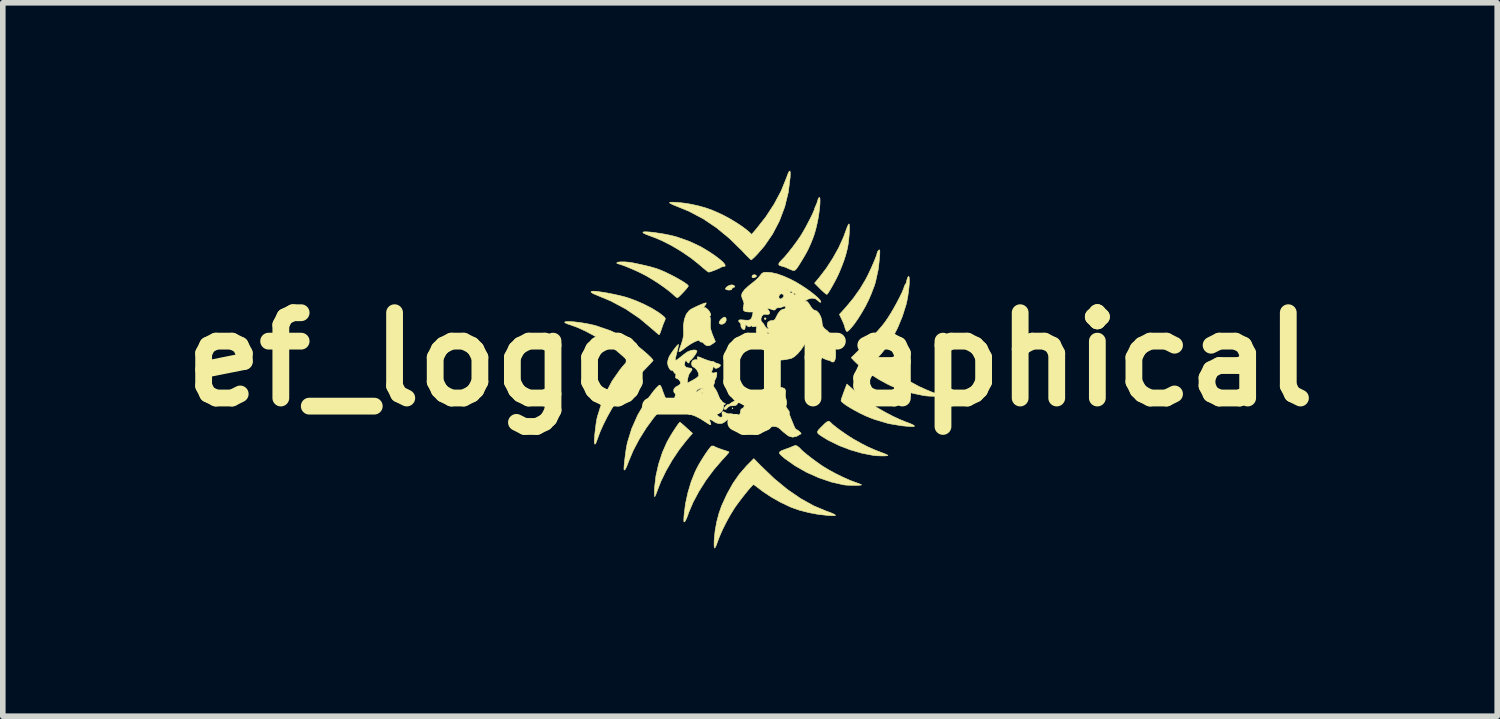
<source format=kicad_pcb>
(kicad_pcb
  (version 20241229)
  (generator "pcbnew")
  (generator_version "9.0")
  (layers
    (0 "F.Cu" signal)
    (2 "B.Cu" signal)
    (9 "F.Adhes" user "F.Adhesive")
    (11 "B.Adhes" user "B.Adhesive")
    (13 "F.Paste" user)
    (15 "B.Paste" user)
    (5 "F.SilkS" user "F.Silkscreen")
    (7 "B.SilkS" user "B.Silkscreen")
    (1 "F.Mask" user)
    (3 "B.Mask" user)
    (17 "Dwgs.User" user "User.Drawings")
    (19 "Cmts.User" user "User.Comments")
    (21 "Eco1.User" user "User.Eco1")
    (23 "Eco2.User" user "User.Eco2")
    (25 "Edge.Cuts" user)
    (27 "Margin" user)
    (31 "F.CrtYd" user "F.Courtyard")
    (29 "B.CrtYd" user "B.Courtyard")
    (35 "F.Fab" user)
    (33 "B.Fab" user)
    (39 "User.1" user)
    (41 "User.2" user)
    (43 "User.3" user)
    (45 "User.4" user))
  (footprint "ef_logo_graphical"
    (layer "F.Cu")
    (at 10.349 3.371)
    (property "Reference" "ef_logo_graphical" (at 0 0 0) (layer "F.SilkS") (effects (font (size 1.524 1.524) (thickness 0.3))))
    (attr exclude_from_pos_files exclude_from_bom)
    (fp_poly (pts (xy -0.305 0.872) (xy -0.313 0.881) (xy -0.322 0.872) (xy -0.313 0.864) (xy -0.305 0.872)) (stroke (width 0.01) (type solid)) (fill yes) (layer "F.SilkS"))
    (fp_poly (pts (xy 0.287 -0.732) (xy 0.288 -0.728) (xy 0.275 -0.712) (xy 0.271 -0.711) (xy 0.254 -0.724) (xy 0.254 -0.728) (xy 0.267 -0.745) (xy 0.271 -0.745) (xy 0.287 -0.732)) (stroke (width 0.01) (type solid)) (fill yes) (layer "F.SilkS"))
    (fp_poly (pts (xy 0.103 -1.506) (xy 0.118 -1.49) (xy 0.103 -1.474) (xy 0.102 -1.473) (xy 0.064 -1.458) (xy 0.039 -1.464) (xy 0.034 -1.48) (xy 0.047 -1.506) (xy 0.078 -1.514) (xy 0.103 -1.506)) (stroke (width 0.01) (type solid)) (fill yes) (layer "F.SilkS"))
    (fp_poly (pts (xy -0.447 -0.755) (xy -0.427 -0.732) (xy -0.426 -0.695) (xy -0.446 -0.658) (xy -0.45 -0.653) (xy -0.486 -0.631) (xy -0.524 -0.629) (xy -0.55 -0.646) (xy -0.552 -0.65) (xy -0.547 -0.677) (xy -0.523 -0.711) (xy -0.49 -0.74) (xy -0.458 -0.756) (xy -0.447 -0.755)) (stroke (width 0.01) (type solid)) (fill yes) (layer "F.SilkS"))
    (fp_poly (pts (xy -0.281 -1.316) (xy -0.271 -1.299) (xy -0.286 -1.288) (xy -0.296 -1.287) (xy -0.319 -1.274) (xy -0.322 -1.262) (xy -0.334 -1.244) (xy -0.373 -1.239) (xy -0.381 -1.239) (xy -0.42 -1.245) (xy -0.439 -1.258) (xy -0.44 -1.26) (xy -0.424 -1.289) (xy -0.388 -1.314) (xy -0.345 -1.33) (xy -0.312 -1.331) (xy -0.281 -1.316)) (stroke (width 0.01) (type solid)) (fill yes) (layer "F.SilkS"))
    (fp_poly (pts (xy -0.194 0.715) (xy -0.194 0.735) (xy -0.21 0.771) (xy -0.214 0.778) (xy -0.24 0.812) (xy -0.271 0.826) (xy -0.309 0.827) (xy -0.36 0.831) (xy -0.392 0.852) (xy -0.4 0.861) (xy -0.431 0.893) (xy -0.456 0.893) (xy -0.464 0.883) (xy -0.459 0.863) (xy -0.435 0.833) (xy -0.431 0.829) (xy -0.404 0.807) (xy -0.39 0.802) (xy -0.389 0.804) (xy -0.379 0.806) (xy -0.36 0.793) (xy -0.321 0.766) (xy -0.274 0.74) (xy -0.231 0.721) (xy -0.201 0.713) (xy -0.194 0.715)) (stroke (width 0.01) (type solid)) (fill yes) (layer "F.SilkS"))
    (fp_poly (pts (xy -1.251 1.122) (xy -1.235 1.135) (xy -1.2 1.164) (xy -1.153 1.206) (xy -1.135 1.223) (xy -1.028 1.32) (xy -1.134 1.443) (xy -1.266 1.612) (xy -1.39 1.798) (xy -1.501 1.991) (xy -1.594 2.182) (xy -1.648 2.321) (xy -1.67 2.381) (xy -1.689 2.427) (xy -1.701 2.451) (xy -1.702 2.452) (xy -1.706 2.441) (xy -1.708 2.403) (xy -1.708 2.344) (xy -1.705 2.286) (xy -1.681 2.081) (xy -1.633 1.869) (xy -1.565 1.661) (xy -1.486 1.482) (xy -1.454 1.424) (xy -1.416 1.358) (xy -1.374 1.29) (xy -1.332 1.226) (xy -1.296 1.173) (xy -1.268 1.136) (xy -1.252 1.122) (xy -1.251 1.122)) (stroke (width 0.01) (type solid)) (fill yes) (layer "F.SilkS"))
    (fp_poly (pts (xy 1.774 -2.406) (xy 1.777 -2.364) (xy 1.776 -2.302) (xy 1.771 -2.229) (xy 1.764 -2.149) (xy 1.755 -2.072) (xy 1.744 -2.003) (xy 1.735 -1.964) (xy 1.709 -1.864) (xy 1.679 -1.77) (xy 1.641 -1.669) (xy 1.603 -1.575) (xy 1.576 -1.514) (xy 1.541 -1.442) (xy 1.501 -1.367) (xy 1.461 -1.295) (xy 1.424 -1.232) (xy 1.394 -1.185) (xy 1.375 -1.162) (xy 1.374 -1.162) (xy 1.357 -1.169) (xy 1.323 -1.196) (xy 1.278 -1.237) (xy 1.257 -1.258) (xy 1.153 -1.363) (xy 1.238 -1.465) (xy 1.363 -1.628) (xy 1.48 -1.809) (xy 1.585 -1.997) (xy 1.67 -2.184) (xy 1.722 -2.326) (xy 1.741 -2.377) (xy 1.758 -2.411) (xy 1.768 -2.421) (xy 1.774 -2.406)) (stroke (width 0.01) (type solid)) (fill yes) (layer "F.SilkS"))
    (fp_poly (pts (xy -2.737 -1.215) (xy -2.652 -1.203) (xy -2.552 -1.187) (xy -2.446 -1.166) (xy -2.343 -1.144) (xy -2.251 -1.121) (xy -2.191 -1.104) (xy -2.038 -1.048) (xy -1.888 -0.982) (xy -1.749 -0.91) (xy -1.63 -0.836) (xy -1.56 -0.783) (xy -1.525 -0.752) (xy -1.513 -0.73) (xy -1.519 -0.704) (xy -1.528 -0.685) (xy -1.547 -0.641) (xy -1.569 -0.58) (xy -1.583 -0.538) (xy -1.601 -0.486) (xy -1.616 -0.451) (xy -1.624 -0.441) (xy -1.64 -0.452) (xy -1.675 -0.481) (xy -1.721 -0.522) (xy -1.736 -0.535) (xy -1.973 -0.734) (xy -2.223 -0.903) (xy -2.49 -1.045) (xy -2.722 -1.142) (xy -2.792 -1.171) (xy -2.833 -1.194) (xy -2.842 -1.21) (xy -2.82 -1.218) (xy -2.798 -1.219) (xy -2.737 -1.215)) (stroke (width 0.01) (type solid)) (fill yes) (layer "F.SilkS"))
    (fp_poly (pts (xy -1.597 0.472) (xy -1.579 0.508) (xy -1.575 0.521) (xy -1.548 0.598) (xy -1.517 0.675) (xy -1.488 0.734) (xy -1.483 0.753) (xy -1.492 0.776) (xy -1.517 0.81) (xy -1.562 0.86) (xy -1.579 0.878) (xy -1.72 1.04) (xy -1.855 1.225) (xy -1.979 1.423) (xy -2.086 1.625) (xy -2.169 1.822) (xy -2.177 1.843) (xy -2.203 1.911) (xy -2.226 1.957) (xy -2.242 1.977) (xy -2.251 1.969) (xy -2.252 1.955) (xy -2.249 1.894) (xy -2.24 1.81) (xy -2.229 1.716) (xy -2.216 1.622) (xy -2.202 1.54) (xy -2.192 1.49) (xy -2.114 1.237) (xy -2.005 0.991) (xy -1.868 0.759) (xy -1.719 0.56) (xy -1.676 0.512) (xy -1.64 0.476) (xy -1.617 0.459) (xy -1.614 0.458) (xy -1.597 0.472)) (stroke (width 0.01) (type solid)) (fill yes) (layer "F.SilkS"))
    (fp_poly (pts (xy 1.425 1.112) (xy 1.441 1.128) (xy 1.475 1.161) (xy 1.531 1.206) (xy 1.602 1.26) (xy 1.682 1.316) (xy 1.764 1.371) (xy 1.841 1.42) (xy 1.863 1.432) (xy 1.993 1.505) (xy 2.107 1.563) (xy 2.217 1.612) (xy 2.335 1.659) (xy 2.362 1.668) (xy 2.413 1.688) (xy 2.451 1.706) (xy 2.463 1.713) (xy 2.456 1.719) (xy 2.423 1.723) (xy 2.372 1.724) (xy 2.312 1.723) (xy 2.251 1.72) (xy 2.21 1.716) (xy 2.006 1.677) (xy 1.796 1.617) (xy 1.592 1.539) (xy 1.406 1.448) (xy 1.358 1.42) (xy 1.282 1.373) (xy 1.233 1.34) (xy 1.208 1.314) (xy 1.205 1.289) (xy 1.223 1.26) (xy 1.26 1.221) (xy 1.282 1.199) (xy 1.337 1.145) (xy 1.375 1.114) (xy 1.403 1.104) (xy 1.425 1.112)) (stroke (width 0.01) (type solid)) (fill yes) (layer "F.SilkS"))
    (fp_poly (pts (xy 1.832 0.529) (xy 1.887 0.577) (xy 1.939 0.623) (xy 1.976 0.656) (xy 1.979 0.658) (xy 2.059 0.723) (xy 2.163 0.795) (xy 2.285 0.87) (xy 2.415 0.944) (xy 2.547 1.013) (xy 2.673 1.072) (xy 2.785 1.118) (xy 2.811 1.127) (xy 2.866 1.148) (xy 2.911 1.169) (xy 2.929 1.18) (xy 2.938 1.191) (xy 2.931 1.198) (xy 2.905 1.2) (xy 2.857 1.198) (xy 2.781 1.192) (xy 2.709 1.185) (xy 2.475 1.146) (xy 2.231 1.074) (xy 2.151 1.044) (xy 2.062 1.007) (xy 1.97 0.963) (xy 1.879 0.915) (xy 1.795 0.867) (xy 1.722 0.822) (xy 1.667 0.782) (xy 1.633 0.751) (xy 1.626 0.735) (xy 1.631 0.711) (xy 1.647 0.663) (xy 1.669 0.602) (xy 1.678 0.577) (xy 1.73 0.44) (xy 1.832 0.529)) (stroke (width 0.01) (type solid)) (fill yes) (layer "F.SilkS"))
    (fp_poly (pts (xy -0.651 1.547) (xy -0.639 1.554) (xy -0.613 1.567) (xy -0.565 1.587) (xy -0.505 1.608) (xy -0.5 1.61) (xy -0.441 1.629) (xy -0.397 1.644) (xy -0.375 1.653) (xy -0.375 1.653) (xy -0.383 1.667) (xy -0.41 1.7) (xy -0.452 1.747) (xy -0.5 1.798) (xy -0.649 1.972) (xy -0.788 2.159) (xy -0.911 2.353) (xy -1.015 2.547) (xy -1.095 2.733) (xy -1.11 2.777) (xy -1.131 2.833) (xy -1.153 2.878) (xy -1.165 2.896) (xy -1.176 2.904) (xy -1.182 2.895) (xy -1.183 2.865) (xy -1.18 2.809) (xy -1.177 2.769) (xy -1.153 2.578) (xy -1.11 2.381) (xy -1.053 2.189) (xy -0.983 2.013) (xy -0.944 1.933) (xy -0.904 1.86) (xy -0.857 1.784) (xy -0.81 1.709) (xy -0.764 1.642) (xy -0.725 1.589) (xy -0.696 1.555) (xy -0.686 1.547) (xy -0.651 1.547)) (stroke (width 0.01) (type solid)) (fill yes) (layer "F.SilkS"))
    (fp_poly (pts (xy 0.841 1.546) (xy 0.879 1.575) (xy 0.922 1.619) (xy 0.96 1.654) (xy 1.018 1.702) (xy 1.091 1.759) (xy 1.169 1.817) (xy 1.247 1.873) (xy 1.302 1.91) (xy 1.408 1.974) (xy 1.531 2.041) (xy 1.66 2.104) (xy 1.783 2.159) (xy 1.884 2.197) (xy 1.938 2.216) (xy 1.978 2.233) (xy 1.993 2.241) (xy 1.982 2.245) (xy 1.946 2.248) (xy 1.893 2.25) (xy 1.831 2.249) (xy 1.768 2.248) (xy 1.712 2.245) (xy 1.676 2.241) (xy 1.455 2.191) (xy 1.231 2.115) (xy 1.011 2.017) (xy 0.805 1.9) (xy 0.62 1.769) (xy 0.579 1.734) (xy 0.539 1.697) (xy 0.523 1.67) (xy 0.533 1.649) (xy 0.57 1.627) (xy 0.638 1.602) (xy 0.643 1.6) (xy 0.703 1.579) (xy 0.755 1.557) (xy 0.778 1.547) (xy 0.809 1.537) (xy 0.841 1.546)) (stroke (width 0.01) (type solid)) (fill yes) (layer "F.SilkS"))
    (fp_poly (pts (xy -1.791 -2.276) (xy -1.712 -2.267) (xy -1.623 -2.254) (xy -1.53 -2.239) (xy -1.44 -2.221) (xy -1.359 -2.202) (xy -1.312 -2.189) (xy -1.084 -2.109) (xy -0.878 -2.012) (xy -0.72 -1.917) (xy -0.618 -1.847) (xy -0.538 -1.786) (xy -0.481 -1.735) (xy -0.449 -1.696) (xy -0.443 -1.67) (xy -0.465 -1.66) (xy -0.471 -1.659) (xy -0.503 -1.654) (xy -0.513 -1.649) (xy -0.535 -1.636) (xy -0.578 -1.616) (xy -0.631 -1.594) (xy -0.683 -1.575) (xy -0.722 -1.562) (xy -0.737 -1.559) (xy -0.756 -1.57) (xy -0.794 -1.599) (xy -0.845 -1.641) (xy -0.888 -1.679) (xy -1.043 -1.804) (xy -1.216 -1.923) (xy -1.397 -2.032) (xy -1.576 -2.123) (xy -1.71 -2.179) (xy -1.794 -2.21) (xy -1.852 -2.232) (xy -1.887 -2.248) (xy -1.906 -2.258) (xy -1.913 -2.267) (xy -1.913 -2.272) (xy -1.898 -2.279) (xy -1.855 -2.28) (xy -1.791 -2.276)) (stroke (width 0.01) (type solid)) (fill yes) (layer "F.SilkS"))
    (fp_poly (pts (xy -2.243 -1.743) (xy -2.171 -1.737) (xy -2.099 -1.726) (xy -2.097 -1.726) (xy -1.959 -1.697) (xy -1.849 -1.672) (xy -1.76 -1.649) (xy -1.685 -1.627) (xy -1.668 -1.622) (xy -1.596 -1.595) (xy -1.514 -1.559) (xy -1.427 -1.517) (xy -1.34 -1.472) (xy -1.26 -1.427) (xy -1.19 -1.385) (xy -1.138 -1.35) (xy -1.107 -1.323) (xy -1.102 -1.312) (xy -1.113 -1.293) (xy -1.141 -1.257) (xy -1.18 -1.213) (xy -1.222 -1.169) (xy -1.261 -1.13) (xy -1.289 -1.106) (xy -1.299 -1.101) (xy -1.318 -1.112) (xy -1.352 -1.14) (xy -1.38 -1.166) (xy -1.447 -1.223) (xy -1.536 -1.29) (xy -1.638 -1.361) (xy -1.746 -1.43) (xy -1.851 -1.492) (xy -1.923 -1.53) (xy -2.003 -1.569) (xy -2.09 -1.608) (xy -2.175 -1.644) (xy -2.253 -1.675) (xy -2.316 -1.697) (xy -2.358 -1.709) (xy -2.367 -1.71) (xy -2.381 -1.72) (xy -2.379 -1.727) (xy -2.356 -1.738) (xy -2.307 -1.743) (xy -2.243 -1.743)) (stroke (width 0.01) (type solid)) (fill yes) (layer "F.SilkS"))
    (fp_poly (pts (xy 2.317 -1.953) (xy 2.319 -1.929) (xy 2.318 -1.882) (xy 2.312 -1.812) (xy 2.305 -1.732) (xy 2.297 -1.658) (xy 2.289 -1.599) (xy 2.285 -1.583) (xy 2.263 -1.482) (xy 2.247 -1.409) (xy 2.234 -1.358) (xy 2.224 -1.325) (xy 2.22 -1.312) (xy 2.206 -1.279) (xy 2.186 -1.226) (xy 2.168 -1.177) (xy 2.121 -1.069) (xy 2.063 -0.952) (xy 1.996 -0.835) (xy 1.926 -0.723) (xy 1.857 -0.625) (xy 1.793 -0.548) (xy 1.764 -0.519) (xy 1.738 -0.499) (xy 1.724 -0.502) (xy 1.712 -0.522) (xy 1.697 -0.559) (xy 1.693 -0.579) (xy 1.686 -0.605) (xy 1.668 -0.651) (xy 1.645 -0.703) (xy 1.597 -0.804) (xy 1.712 -0.931) (xy 1.844 -1.09) (xy 1.966 -1.262) (xy 2.062 -1.422) (xy 2.099 -1.492) (xy 2.137 -1.572) (xy 2.176 -1.656) (xy 2.211 -1.737) (xy 2.24 -1.808) (xy 2.261 -1.863) (xy 2.269 -1.895) (xy 2.269 -1.897) (xy 2.281 -1.931) (xy 2.297 -1.949) (xy 2.31 -1.958) (xy 2.317 -1.953)) (stroke (width 0.01) (type solid)) (fill yes) (layer "F.SilkS"))
    (fp_poly (pts (xy 1.248 -2.88) (xy 1.251 -2.837) (xy 1.249 -2.774) (xy 1.242 -2.696) (xy 1.231 -2.61) (xy 1.217 -2.522) (xy 1.202 -2.444) (xy 1.177 -2.338) (xy 1.152 -2.248) (xy 1.122 -2.162) (xy 1.084 -2.068) (xy 1.045 -1.981) (xy 1.022 -1.935) (xy 0.988 -1.873) (xy 0.948 -1.805) (xy 0.906 -1.736) (xy 0.868 -1.675) (xy 0.836 -1.628) (xy 0.817 -1.605) (xy 0.794 -1.589) (xy 0.768 -1.589) (xy 0.728 -1.604) (xy 0.682 -1.624) (xy 0.646 -1.641) (xy 0.643 -1.642) (xy 0.608 -1.655) (xy 0.562 -1.667) (xy 0.523 -1.681) (xy 0.511 -1.703) (xy 0.528 -1.735) (xy 0.569 -1.779) (xy 0.621 -1.833) (xy 0.684 -1.909) (xy 0.754 -1.997) (xy 0.824 -2.091) (xy 0.888 -2.182) (xy 0.917 -2.227) (xy 0.949 -2.281) (xy 0.988 -2.349) (xy 1.028 -2.425) (xy 1.068 -2.502) (xy 1.104 -2.573) (xy 1.131 -2.633) (xy 1.148 -2.673) (xy 1.152 -2.687) (xy 1.159 -2.711) (xy 1.175 -2.746) (xy 1.197 -2.798) (xy 1.21 -2.844) (xy 1.223 -2.88) (xy 1.239 -2.896) (xy 1.24 -2.896) (xy 1.248 -2.88)) (stroke (width 0.01) (type solid)) (fill yes) (layer "F.SilkS"))
    (fp_poly (pts (xy 0.719 -3.338) (xy 0.718 -3.277) (xy 0.717 -3.255) (xy 0.684 -2.987) (xy 0.62 -2.727) (xy 0.526 -2.477) (xy 0.404 -2.242) (xy 0.255 -2.025) (xy 0.125 -1.875) (xy 0.081 -1.83) (xy 0.044 -1.796) (xy 0.023 -1.78) (xy 0.021 -1.779) (xy 0.005 -1.791) (xy -0.029 -1.824) (xy -0.076 -1.871) (xy -0.131 -1.929) (xy -0.135 -1.934) (xy -0.362 -2.157) (xy -0.594 -2.349) (xy -0.834 -2.511) (xy -1.087 -2.645) (xy -1.308 -2.736) (xy -1.368 -2.76) (xy -1.414 -2.782) (xy -1.438 -2.797) (xy -1.439 -2.8) (xy -1.424 -2.807) (xy -1.382 -2.809) (xy -1.319 -2.806) (xy -1.244 -2.8) (xy -1.162 -2.79) (xy -1.081 -2.777) (xy -1.033 -2.768) (xy -0.901 -2.738) (xy -0.787 -2.705) (xy -0.679 -2.667) (xy -0.564 -2.617) (xy -0.474 -2.574) (xy -0.372 -2.52) (xy -0.265 -2.456) (xy -0.162 -2.389) (xy -0.073 -2.324) (xy -0.015 -2.275) (xy 0.029 -2.234) (xy 0.112 -2.33) (xy 0.282 -2.546) (xy 0.431 -2.775) (xy 0.556 -3.009) (xy 0.651 -3.243) (xy 0.654 -3.251) (xy 0.68 -3.323) (xy 0.7 -3.361) (xy 0.713 -3.366) (xy 0.719 -3.338)) (stroke (width 0.01) (type solid)) (fill yes) (layer "F.SilkS"))
    (fp_poly (pts (xy 0.19 1.898) (xy 0.429 2.127) (xy 0.667 2.323) (xy 0.903 2.485) (xy 1.138 2.616) (xy 1.373 2.714) (xy 1.389 2.719) (xy 1.446 2.74) (xy 1.495 2.762) (xy 1.516 2.774) (xy 1.527 2.784) (xy 1.522 2.79) (xy 1.495 2.792) (xy 1.443 2.79) (xy 1.38 2.786) (xy 1.217 2.768) (xy 1.048 2.736) (xy 0.884 2.694) (xy 0.739 2.643) (xy 0.711 2.631) (xy 0.541 2.55) (xy 0.379 2.458) (xy 0.235 2.363) (xy 0.177 2.319) (xy 0.126 2.28) (xy 0.086 2.25) (xy 0.064 2.236) (xy 0.062 2.235) (xy 0.045 2.248) (xy 0.012 2.283) (xy -0.033 2.335) (xy -0.086 2.4) (xy -0.142 2.471) (xy -0.197 2.544) (xy -0.248 2.613) (xy -0.281 2.661) (xy -0.352 2.776) (xy -0.424 2.906) (xy -0.491 3.04) (xy -0.547 3.168) (xy -0.586 3.272) (xy -0.605 3.324) (xy -0.623 3.359) (xy -0.633 3.37) (xy -0.639 3.354) (xy -0.642 3.311) (xy -0.641 3.248) (xy -0.639 3.205) (xy -0.623 3.055) (xy -0.594 2.898) (xy -0.554 2.747) (xy -0.508 2.616) (xy -0.508 2.616) (xy -0.409 2.401) (xy -0.305 2.215) (xy -0.193 2.053) (xy -0.07 1.911) (xy -0.059 1.899) (xy 0.067 1.772) (xy 0.19 1.898)) (stroke (width 0.01) (type solid)) (fill yes) (layer "F.SilkS"))
    (fp_poly (pts (xy -0.784 -1.009) (xy -0.786 -0.991) (xy -0.804 -0.965) (xy -0.823 -0.937) (xy -0.824 -0.92) (xy -0.813 -0.918) (xy -0.813 -0.921) (xy -0.803 -0.928) (xy -0.78 -0.915) (xy -0.752 -0.89) (xy -0.726 -0.857) (xy -0.718 -0.844) (xy -0.702 -0.804) (xy -0.706 -0.783) (xy -0.711 -0.779) (xy -0.721 -0.762) (xy -0.716 -0.756) (xy -0.708 -0.735) (xy -0.706 -0.692) (xy -0.708 -0.651) (xy -0.709 -0.59) (xy -0.701 -0.534) (xy -0.68 -0.468) (xy -0.668 -0.437) (xy -0.619 -0.318) (xy -0.659 -0.286) (xy -0.72 -0.248) (xy -0.77 -0.243) (xy -0.811 -0.269) (xy -0.816 -0.276) (xy -0.847 -0.306) (xy -0.873 -0.311) (xy -0.894 -0.314) (xy -0.897 -0.328) (xy -0.91 -0.34) (xy -0.944 -0.334) (xy -0.995 -0.313) (xy -1.056 -0.279) (xy -1.122 -0.235) (xy -1.154 -0.211) (xy -1.211 -0.167) (xy -1.246 -0.144) (xy -1.264 -0.137) (xy -1.27 -0.145) (xy -1.27 -0.148) (xy -1.264 -0.169) (xy -1.249 -0.213) (xy -1.229 -0.271) (xy -1.226 -0.279) (xy -1.203 -0.352) (xy -1.19 -0.417) (xy -1.187 -0.457) (xy -1.191 -0.596) (xy -1.174 -0.714) (xy -1.139 -0.807) (xy -1.085 -0.875) (xy -1.049 -0.9) (xy -0.98 -0.935) (xy -0.912 -0.966) (xy -0.852 -0.991) (xy -0.807 -1.007) (xy -0.785 -1.01) (xy -0.784 -1.009)) (stroke (width 0.01) (type solid)) (fill yes) (layer "F.SilkS"))
    (fp_poly (pts (xy 2.844 -1.458) (xy 2.846 -1.414) (xy 2.845 -1.354) (xy 2.839 -1.283) (xy 2.83 -1.204) (xy 2.818 -1.123) (xy 2.803 -1.043) (xy 2.789 -0.982) (xy 2.722 -0.77) (xy 2.638 -0.566) (xy 2.54 -0.377) (xy 2.431 -0.21) (xy 2.343 -0.101) (xy 2.278 -0.03) (xy 2.37 0.055) (xy 2.56 0.21) (xy 2.778 0.354) (xy 3.018 0.483) (xy 3.142 0.539) (xy 3.22 0.572) (xy 3.288 0.599) (xy 3.338 0.618) (xy 3.365 0.626) (xy 3.367 0.627) (xy 3.386 0.638) (xy 3.387 0.643) (xy 3.371 0.652) (xy 3.331 0.657) (xy 3.273 0.658) (xy 3.207 0.656) (xy 3.141 0.651) (xy 3.09 0.643) (xy 2.921 0.608) (xy 2.776 0.569) (xy 2.643 0.524) (xy 2.514 0.47) (xy 2.451 0.439) (xy 2.309 0.362) (xy 2.168 0.273) (xy 2.037 0.179) (xy 1.923 0.085) (xy 1.856 0.02) (xy 1.808 -0.031) (xy 2.078 -0.299) (xy 2.188 -0.41) (xy 2.276 -0.504) (xy 2.348 -0.586) (xy 2.408 -0.662) (xy 2.46 -0.737) (xy 2.513 -0.821) (xy 2.569 -0.916) (xy 2.623 -1.014) (xy 2.672 -1.108) (xy 2.713 -1.191) (xy 2.741 -1.258) (xy 2.752 -1.291) (xy 2.766 -1.329) (xy 2.779 -1.347) (xy 2.793 -1.371) (xy 2.794 -1.38) (xy 2.8 -1.412) (xy 2.812 -1.451) (xy 2.827 -1.481) (xy 2.838 -1.482) (xy 2.844 -1.458)) (stroke (width 0.01) (type solid)) (fill yes) (layer "F.SilkS"))
    (fp_poly (pts (xy -3.212 -0.676) (xy -3.139 -0.671) (xy -3.053 -0.661) (xy -2.962 -0.647) (xy -2.87 -0.63) (xy -2.782 -0.61) (xy -2.75 -0.601) (xy -2.491 -0.512) (xy -2.244 -0.392) (xy -2.071 -0.284) (xy -2.007 -0.238) (xy -1.94 -0.185) (xy -1.875 -0.13) (xy -1.816 -0.078) (xy -1.769 -0.032) (xy -1.739 0.002) (xy -1.731 0.019) (xy -1.744 0.034) (xy -1.777 0.07) (xy -1.827 0.123) (xy -1.891 0.19) (xy -1.964 0.266) (xy -2.007 0.309) (xy -2.132 0.439) (xy -2.234 0.553) (xy -2.317 0.653) (xy -2.383 0.743) (xy -2.39 0.754) (xy -2.471 0.882) (xy -2.549 1.021) (xy -2.619 1.16) (xy -2.677 1.289) (xy -2.708 1.371) (xy -2.735 1.446) (xy -2.753 1.492) (xy -2.766 1.513) (xy -2.775 1.511) (xy -2.78 1.496) (xy -2.782 1.465) (xy -2.779 1.409) (xy -2.773 1.336) (xy -2.764 1.256) (xy -2.754 1.175) (xy -2.744 1.103) (xy -2.733 1.047) (xy -2.728 1.028) (xy -2.715 0.984) (xy -2.695 0.921) (xy -2.675 0.855) (xy -2.584 0.613) (xy -2.464 0.385) (xy -2.318 0.177) (xy -2.275 0.125) (xy -2.186 0.022) (xy -2.266 -0.054) (xy -2.374 -0.148) (xy -2.504 -0.245) (xy -2.647 -0.34) (xy -2.797 -0.43) (xy -2.945 -0.509) (xy -3.084 -0.572) (xy -3.208 -0.617) (xy -3.211 -0.618) (xy -3.263 -0.635) (xy -3.3 -0.652) (xy -3.311 -0.661) (xy -3.304 -0.672) (xy -3.269 -0.677) (xy -3.212 -0.676)) (stroke (width 0.01) (type solid)) (fill yes) (layer "F.SilkS"))
    (fp_poly (pts (xy 0.382 -1.551) (xy 0.484 -1.528) (xy 0.598 -1.488) (xy 0.725 -1.431) (xy 0.811 -1.386) (xy 0.9 -1.333) (xy 0.988 -1.276) (xy 1.071 -1.218) (xy 1.144 -1.161) (xy 1.203 -1.11) (xy 1.245 -1.067) (xy 1.265 -1.035) (xy 1.263 -1.02) (xy 1.245 -1.023) (xy 1.219 -1.046) (xy 1.168 -1.084) (xy 1.104 -1.095) (xy 1.037 -1.077) (xy 1.035 -1.076) (xy 1 -1.056) (xy 0.982 -1.041) (xy 0.987 -1.037) (xy 1.003 -1.042) (xy 1.023 -1.033) (xy 1.051 -0.999) (xy 1.072 -0.965) (xy 1.107 -0.913) (xy 1.137 -0.884) (xy 1.149 -0.881) (xy 1.192 -0.865) (xy 1.231 -0.824) (xy 1.263 -0.765) (xy 1.283 -0.696) (xy 1.287 -0.651) (xy 1.296 -0.599) (xy 1.327 -0.554) (xy 1.385 -0.509) (xy 1.387 -0.507) (xy 1.42 -0.469) (xy 1.432 -0.433) (xy 1.446 -0.384) (xy 1.471 -0.338) (xy 1.498 -0.287) (xy 1.517 -0.221) (xy 1.528 -0.149) (xy 1.531 -0.078) (xy 1.525 -0.017) (xy 1.51 0.028) (xy 1.487 0.047) (xy 1.457 0.043) (xy 1.448 0.035) (xy 1.424 0.019) (xy 1.409 0.017) (xy 1.376 0.009) (xy 1.329 -0.01) (xy 1.279 -0.035) (xy 1.235 -0.062) (xy 1.207 -0.084) (xy 1.202 -0.093) (xy 1.191 -0.119) (xy 1.168 -0.144) (xy 1.143 -0.173) (xy 1.134 -0.193) (xy 1.123 -0.216) (xy 1.096 -0.253) (xy 1.075 -0.277) (xy 1.018 -0.343) (xy 0.97 -0.261) (xy 0.915 -0.178) (xy 0.855 -0.106) (xy 0.796 -0.052) (xy 0.744 -0.021) (xy 0.739 -0.019) (xy 0.69 -0.008) (xy 0.627 0.004) (xy 0.597 0.008) (xy 0.543 0.012) (xy 0.509 0.008) (xy 0.482 -0.011) (xy 0.458 -0.035) (xy 0.422 -0.087) (xy 0.4 -0.147) (xy 0.391 -0.226) (xy 0.392 -0.293) (xy 0.39 -0.359) (xy 0.376 -0.407) (xy 0.355 -0.441) (xy 0.329 -0.475) (xy 0.313 -0.484) (xy 0.298 -0.471) (xy 0.293 -0.465) (xy 0.262 -0.442) (xy 0.209 -0.438) (xy 0.208 -0.438) (xy 0.148 -0.448) (xy 0.116 -0.471) (xy 0.109 -0.512) (xy 0.112 -0.538) (xy 0.118 -0.577) (xy 0.111 -0.591) (xy 0.086 -0.588) (xy 0.079 -0.586) (xy 0.043 -0.583) (xy 0.034 -0.594) (xy 0.026 -0.604) (xy 0.008 -0.592) (xy -0.016 -0.581) (xy -0.043 -0.594) (xy -0.051 -0.601) (xy -0.075 -0.621) (xy -0.084 -0.614) (xy -0.085 -0.588) (xy -0.09 -0.551) (xy -0.1 -0.534) (xy -0.124 -0.536) (xy -0.148 -0.559) (xy -0.163 -0.591) (xy -0.163 -0.613) (xy -0.167 -0.644) (xy -0.179 -0.655) (xy -0.201 -0.677) (xy -0.203 -0.689) (xy -0.197 -0.703) (xy -0.176 -0.708) (xy -0.13 -0.706) (xy -0.105 -0.703) (xy -0.038 -0.699) (xy 0.003 -0.709) (xy 0.025 -0.733) (xy 0.196 -0.733) (xy 0.197 -0.692) (xy 0.219 -0.661) (xy 0.244 -0.633) (xy 0.254 -0.615) (xy 0.266 -0.592) (xy 0.292 -0.563) (xy 0.32 -0.544) (xy 0.328 -0.542) (xy 0.334 -0.55) (xy 0.325 -0.562) (xy 0.308 -0.595) (xy 0.305 -0.618) (xy 0.318 -0.664) (xy 0.358 -0.69) (xy 0.394 -0.694) (xy 0.428 -0.7) (xy 0.452 -0.724) (xy 0.468 -0.758) (xy 0.502 -0.822) (xy 0.541 -0.87) (xy 0.58 -0.895) (xy 0.593 -0.897) (xy 0.628 -0.906) (xy 0.635 -0.932) (xy 0.633 -0.94) (xy 0.621 -0.953) (xy 0.596 -0.947) (xy 0.579 -0.938) (xy 0.537 -0.924) (xy 0.505 -0.924) (xy 0.474 -0.918) (xy 0.46 -0.903) (xy 0.444 -0.884) (xy 0.421 -0.882) (xy 0.385 -0.894) (xy 0.335 -0.91) (xy 0.313 -0.912) (xy 0.316 -0.898) (xy 0.33 -0.881) (xy 0.352 -0.842) (xy 0.345 -0.813) (xy 0.314 -0.801) (xy 0.291 -0.804) (xy 0.246 -0.804) (xy 0.216 -0.78) (xy 0.196 -0.733) (xy 0.025 -0.733) (xy 0.028 -0.737) (xy 0.043 -0.789) (xy 0.044 -0.793) (xy 0.055 -0.847) (xy -0.022 -0.847) (xy -0.085 -0.854) (xy -0.118 -0.878) (xy -0.123 -0.919) (xy -0.115 -0.952) (xy -0.107 -0.999) (xy -0.122 -1.05) (xy -0.125 -1.057) (xy -0.144 -1.105) (xy -0.148 -1.124) (xy 0.514 -1.124) (xy 0.52 -1.09) (xy 0.544 -1.079) (xy 0.577 -1.095) (xy 0.583 -1.1) (xy 0.604 -1.128) (xy 0.6 -1.151) (xy 0.594 -1.159) (xy 0.575 -1.168) (xy 0.779 -1.168) (xy 0.792 -1.152) (xy 0.796 -1.151) (xy 0.812 -1.164) (xy 0.813 -1.168) (xy 0.8 -1.185) (xy 0.796 -1.185) (xy 0.779 -1.172) (xy 0.779 -1.168) (xy 0.575 -1.168) (xy 0.564 -1.174) (xy 0.534 -1.163) (xy 0.516 -1.13) (xy 0.514 -1.124) (xy -0.148 -1.124) (xy -0.152 -1.145) (xy -0.152 -1.148) (xy -0.138 -1.193) (xy -0.13 -1.202) (xy 0.711 -1.202) (xy 0.725 -1.187) (xy 0.738 -1.185) (xy 0.755 -1.194) (xy 0.754 -1.202) (xy 0.732 -1.219) (xy 0.727 -1.219) (xy 0.712 -1.206) (xy 0.711 -1.202) (xy -0.13 -1.202) (xy -0.098 -1.245) (xy 0.66 -1.245) (xy 0.669 -1.236) (xy 0.677 -1.245) (xy 0.669 -1.253) (xy 0.66 -1.245) (xy -0.098 -1.245) (xy -0.095 -1.248) (xy -0.028 -1.311) (xy 0.039 -1.364) (xy 0.096 -1.41) (xy 0.148 -1.459) (xy 0.18 -1.498) (xy 0.212 -1.537) (xy 0.245 -1.554) (xy 0.286 -1.558) (xy 0.382 -1.551)) (stroke (width 0.01) (type solid)) (fill yes) (layer "F.SilkS"))
    (fp_poly (pts (xy -1.278 -0.267) (xy -1.279 -0.249) (xy -1.287 -0.207) (xy -1.301 -0.149) (xy -1.304 -0.135) (xy -1.32 -0.073) (xy -1.332 -0.024) (xy -1.337 0.002) (xy -1.337 0.004) (xy -1.329 0.017) (xy -1.301 0.004) (xy -1.252 -0.033) (xy -1.234 -0.048) (xy -1.182 -0.09) (xy -1.131 -0.127) (xy -1.106 -0.141) (xy -1.056 -0.16) (xy -1.006 -0.169) (xy -0.967 -0.166) (xy -0.949 -0.151) (xy -0.948 -0.147) (xy -0.958 -0.121) (xy -0.981 -0.082) (xy -1.012 -0.04) (xy -1.042 -0.004) (xy -1.064 0.016) (xy -1.068 0.017) (xy -1.082 0.031) (xy -1.084 0.042) (xy -1.091 0.066) (xy -1.11 0.058) (xy -1.127 0.038) (xy -1.144 0.02) (xy -1.156 0.029) (xy -1.165 0.051) (xy -1.171 0.101) (xy -1.148 0.136) (xy -1.099 0.152) (xy -1.088 0.152) (xy -1.046 0.159) (xy -1.035 0.179) (xy -1.054 0.214) (xy -1.069 0.231) (xy -1.096 0.277) (xy -1.113 0.341) (xy -1.113 0.347) (xy -1.122 0.425) (xy -1.019 0.369) (xy -0.955 0.33) (xy -0.92 0.298) (xy -0.915 0.283) (xy -0.925 0.235) (xy -0.951 0.187) (xy -0.984 0.152) (xy -0.999 0.144) (xy -1.033 0.12) (xy -1.046 0.083) (xy -1.04 0.045) (xy -1.018 0.015) (xy -0.981 0.004) (xy -0.97 0.005) (xy -0.942 0.006) (xy -0.938 -0.011) (xy -0.941 -0.019) (xy -0.944 -0.041) (xy -0.934 -0.048) (xy -0.905 -0.042) (xy -0.853 -0.021) (xy -0.823 -0.008) (xy -0.765 0.014) (xy -0.713 0.03) (xy -0.686 0.034) (xy -0.651 0.039) (xy -0.636 0.049) (xy -0.615 0.062) (xy -0.576 0.074) (xy -0.536 0.09) (xy -0.528 0.113) (xy -0.553 0.138) (xy -0.572 0.149) (xy -0.607 0.161) (xy -0.628 0.154) (xy -0.639 0.141) (xy -0.655 0.122) (xy -0.66 0.133) (xy -0.66 0.146) (xy -0.67 0.185) (xy -0.681 0.201) (xy -0.69 0.223) (xy -0.675 0.239) (xy -0.646 0.243) (xy -0.623 0.235) (xy -0.601 0.229) (xy -0.593 0.245) (xy -0.593 0.267) (xy -0.602 0.316) (xy -0.617 0.35) (xy -0.633 0.379) (xy -0.633 0.394) (xy -0.633 0.414) (xy -0.644 0.44) (xy -0.654 0.472) (xy -0.641 0.501) (xy -0.63 0.514) (xy -0.605 0.551) (xy -0.579 0.606) (xy -0.568 0.635) (xy -0.535 0.712) (xy -0.5 0.761) (xy -0.465 0.779) (xy -0.463 0.779) (xy -0.442 0.789) (xy -0.44 0.796) (xy -0.455 0.809) (xy -0.483 0.813) (xy -0.514 0.807) (xy -0.525 0.796) (xy -0.534 0.779) (xy -0.556 0.783) (xy -0.58 0.805) (xy -0.59 0.822) (xy -0.607 0.884) (xy -0.604 0.944) (xy -0.585 0.994) (xy -0.551 1.026) (xy -0.523 1.033) (xy -0.5 1.028) (xy -0.495 1.007) (xy -0.5 0.982) (xy -0.501 0.943) (xy -0.482 0.931) (xy -0.445 0.946) (xy -0.431 0.956) (xy -0.387 0.972) (xy -0.358 0.97) (xy -0.309 0.975) (xy -0.271 0.996) (xy -0.238 1.018) (xy -0.218 1.021) (xy -0.199 1.004) (xy -0.197 1.001) (xy -0.175 0.961) (xy -0.169 0.926) (xy -0.162 0.891) (xy -0.146 0.881) (xy -0.124 0.867) (xy -0.1 0.832) (xy -0.095 0.823) (xy -0.061 0.776) (xy -0.018 0.746) (xy 0.028 0.719) (xy 0.062 0.691) (xy 0.123 0.64) (xy 0.209 0.592) (xy 0.311 0.55) (xy 0.42 0.518) (xy 0.51 0.502) (xy 0.578 0.503) (xy 0.621 0.525) (xy 0.638 0.566) (xy 0.634 0.601) (xy 0.631 0.647) (xy 0.641 0.703) (xy 0.644 0.714) (xy 0.657 0.769) (xy 0.652 0.805) (xy 0.649 0.811) (xy 0.641 0.837) (xy 0.656 0.868) (xy 0.671 0.887) (xy 0.695 0.921) (xy 0.704 0.945) (xy 0.703 0.948) (xy 0.7 0.961) (xy 0.705 0.984) (xy 0.719 1.025) (xy 0.745 1.09) (xy 0.746 1.092) (xy 0.762 1.13) (xy 0.782 1.18) (xy 0.786 1.19) (xy 0.806 1.23) (xy 0.824 1.252) (xy 0.829 1.253) (xy 0.849 1.262) (xy 0.877 1.284) (xy 0.902 1.308) (xy 0.913 1.326) (xy 0.912 1.328) (xy 0.832 1.374) (xy 0.761 1.389) (xy 0.695 1.371) (xy 0.677 1.36) (xy 0.64 1.332) (xy 0.592 1.293) (xy 0.563 1.267) (xy 0.533 1.239) (xy 0.508 1.22) (xy 0.483 1.207) (xy 0.451 1.2) (xy 0.405 1.196) (xy 0.337 1.195) (xy 0.262 1.194) (xy 0.144 1.188) (xy 0.053 1.175) (xy -0.018 1.151) (xy -0.075 1.116) (xy -0.095 1.099) (xy -0.126 1.076) (xy -0.151 1.077) (xy -0.167 1.086) (xy -0.195 1.098) (xy -0.221 1.089) (xy -0.242 1.07) (xy -0.276 1.044) (xy -0.303 1.033) (xy -0.303 1.033) (xy -0.337 1.043) (xy -0.384 1.067) (xy -0.433 1.099) (xy -0.462 1.124) (xy -0.505 1.144) (xy -0.561 1.146) (xy -0.616 1.129) (xy -0.641 1.112) (xy -0.68 1.087) (xy -0.7 1.078) (xy -0.723 1.074) (xy -0.721 1.093) (xy -0.72 1.096) (xy -0.702 1.143) (xy -0.7 1.166) (xy -0.717 1.166) (xy -0.756 1.143) (xy -0.791 1.12) (xy -0.887 1.059) (xy -0.974 1.014) (xy -1.046 0.988) (xy -1.084 0.983) (xy -1.125 0.968) (xy -1.184 0.925) (xy -1.224 0.889) (xy -1.29 0.821) (xy -1.33 0.765) (xy -1.347 0.716) (xy -1.343 0.669) (xy -1.339 0.658) (xy -1.332 0.624) (xy -1.337 0.61) (xy -1.337 0.61) (xy -1.347 0.601) (xy -0.864 0.601) (xy -0.855 0.61) (xy -0.847 0.601) (xy -0.855 0.593) (xy -0.864 0.601) (xy -1.347 0.601) (xy -1.354 0.596) (xy -1.361 0.58) (xy -0.965 0.58) (xy -0.955 0.583) (xy -0.93 0.566) (xy -0.927 0.563) (xy -0.888 0.535) (xy -0.855 0.52) (xy -0.831 0.514) (xy -0.84 0.511) (xy -0.856 0.51) (xy -0.894 0.518) (xy -0.933 0.539) (xy -0.96 0.566) (xy -0.965 0.58) (xy -1.361 0.58) (xy -1.363 0.575) (xy -1.361 0.531) (xy -1.33 0.493) (xy -1.291 0.473) (xy -1.257 0.451) (xy -1.242 0.431) (xy -1.245 0.4) (xy -1.268 0.366) (xy -1.299 0.342) (xy -1.315 0.339) (xy -1.331 0.327) (xy -1.328 0.296) (xy -1.325 0.264) (xy -1.335 0.254) (xy -1.354 0.24) (xy -1.363 0.221) (xy -1.381 0.198) (xy -1.397 0.197) (xy -1.419 0.19) (xy -1.443 0.16) (xy -1.463 0.116) (xy -1.473 0.07) (xy -1.473 0.062) (xy -1.467 0.018) (xy -1.451 -0.033) (xy -1.449 -0.038) (xy -1.43 -0.074) (xy -1.4 -0.12) (xy -1.365 -0.17) (xy -1.329 -0.217) (xy -1.3 -0.251) (xy -1.281 -0.268) (xy -1.278 -0.267)) (stroke (width 0.01) (type solid)) (fill yes) (layer "F.SilkS")))
  (gr_rect
    (start -3 -3)
    (end 23.697 9.745)
    (stroke (width 0.1) (type default))
    (fill no)
    (layer "Edge.Cuts")))
</source>
